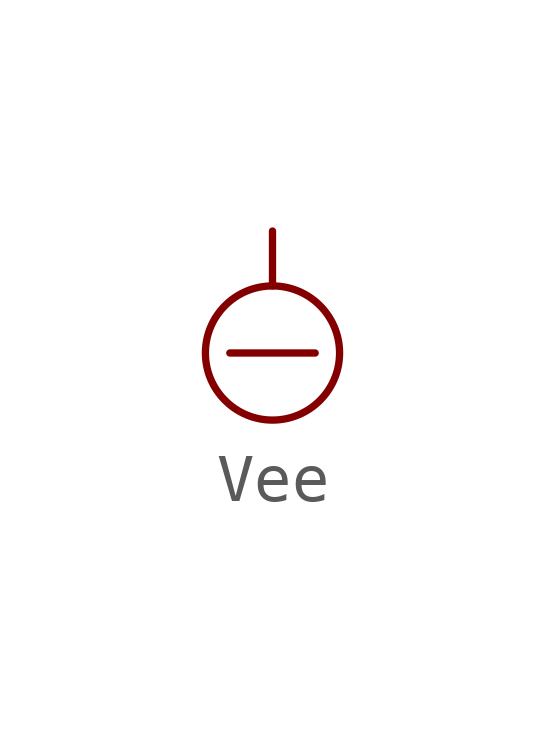
<source format=kicad_sym>
(kicad_symbol_lib
  (version 20231120)
  (generator "kicad_symbol_editor")
  (generator_version "8.0")
  (symbol "Vee"
    (pin_names
      (offset 1.016))
    (property "Reference" "Vee1"
      (at 6.35 -3.81 0)
      (effects (font (size 2.54 2.54)) (hide yes)))
    (symbol "Vee_0_1"
      (circle (center 0 -2.54) (radius 1.397) (stroke (width 0) (type default)) (fill (type none)))
      (polyline (pts (xy 0.889 -2.54) (xy -0.889 -2.54)) (stroke (width 0) (type default)) (fill (type none))))
    (symbol "Vee_1_1"
      (pin power_out line (at 0 0 270) (length 1.143) (name "" (effects (font (size 1.27 1.27)))) (number "" (effects (font (size 1.143 1.143))))))))
</source>
